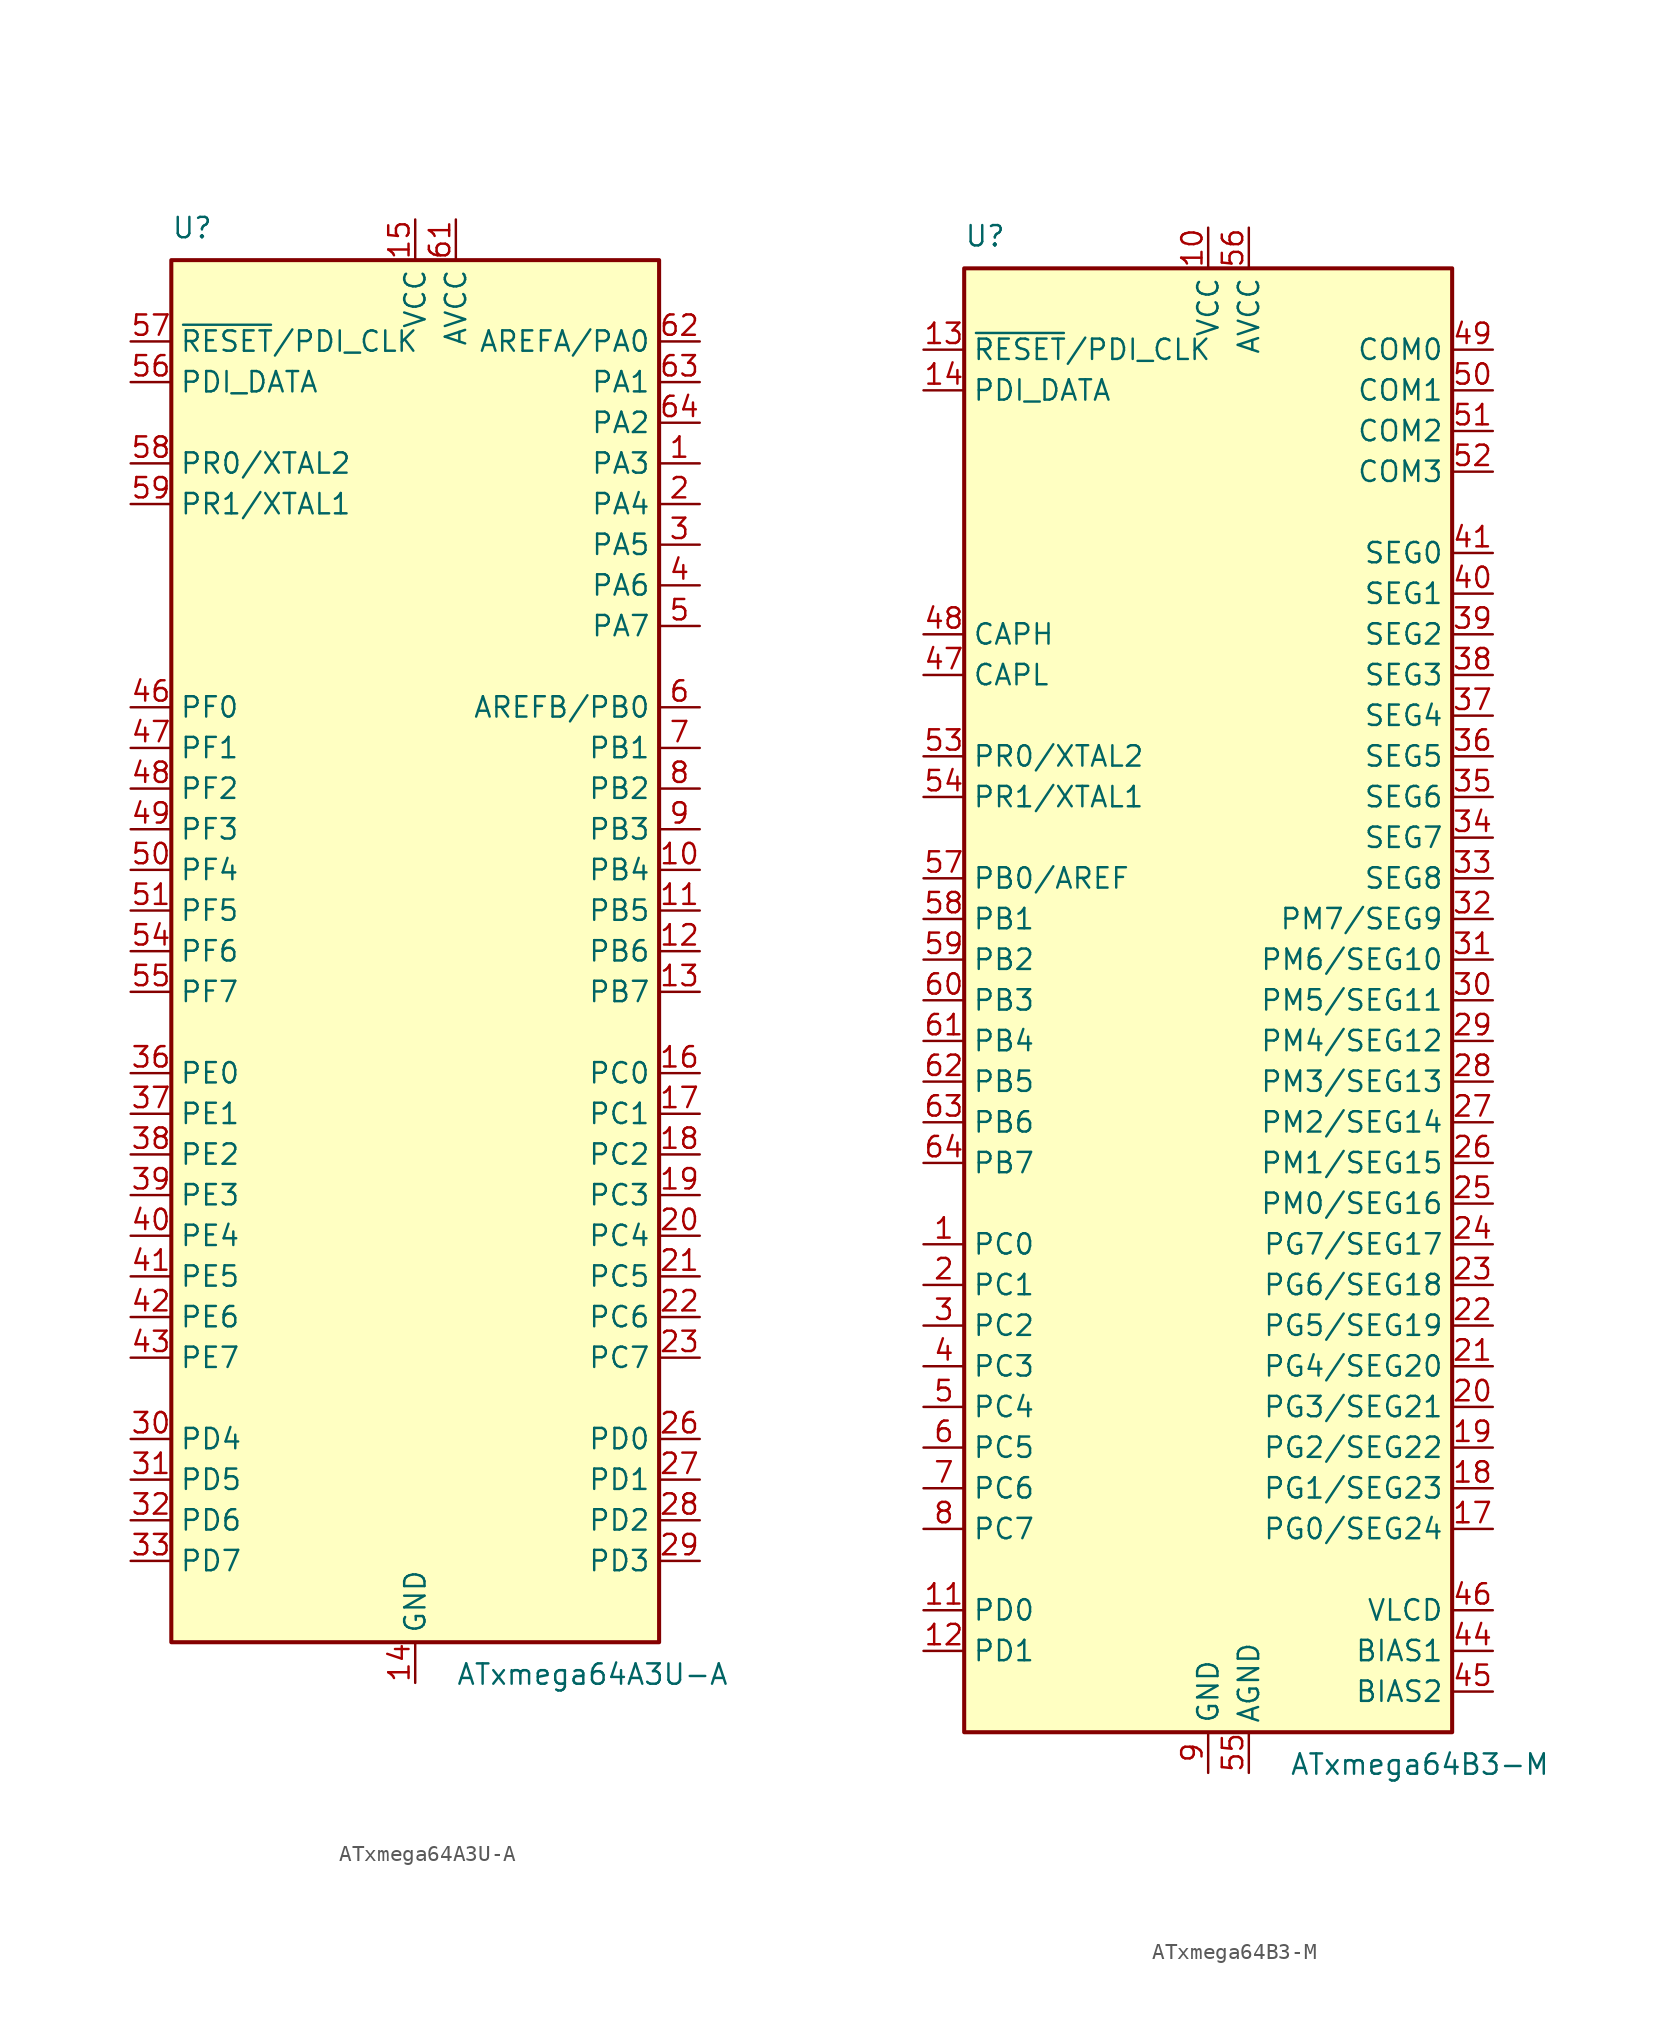
<source format=kicad_sym>
(kicad_symbol_lib
  (version 20201005)
  (generator kicad_symbol_editor)
  (symbol "ATxmega64A3U-A"
    (property "Reference" "U"
      (at -15.24 44.45 0)
      (effects (font (size 1.27 1.27)) (justify left bottom)))
    (property "Value" "ATxmega64A3U-A"
      (at 2.54 -44.45 0)
      (effects (font (size 1.27 1.27)) (justify left top)))
    (symbol "ATxmega64A3U-A_0_1"
      (rectangle (start -15.24 -43.18) (end 15.24 43.18) (stroke (width 0.254)) (fill (type background))))
    (symbol "ATxmega64A3U-A_1_1"
      (pin bidirectional line (at 17.78 30.48 180) (length 2.54) (name "PA3" (effects (font (size 1.27 1.27)))) (number "1" (effects (font (size 1.27 1.27)))))
      (pin bidirectional line (at 17.78 5.08 180) (length 2.54) (name "PB4" (effects (font (size 1.27 1.27)))) (number "10" (effects (font (size 1.27 1.27)))))
      (pin bidirectional line (at 17.78 2.54 180) (length 2.54) (name "PB5" (effects (font (size 1.27 1.27)))) (number "11" (effects (font (size 1.27 1.27)))))
      (pin bidirectional line (at 17.78 0 180) (length 2.54) (name "PB6" (effects (font (size 1.27 1.27)))) (number "12" (effects (font (size 1.27 1.27)))))
      (pin bidirectional line (at 17.78 -2.54 180) (length 2.54) (name "PB7" (effects (font (size 1.27 1.27)))) (number "13" (effects (font (size 1.27 1.27)))))
      (pin power_in line (at 0 -45.72 90) (length 2.54) (name "GND" (effects (font (size 1.27 1.27)))) (number "14" (effects (font (size 1.27 1.27)))))
      (pin power_in line (at 0 45.72 270) (length 2.54) (name "VCC" (effects (font (size 1.27 1.27)))) (number "15" (effects (font (size 1.27 1.27)))))
      (pin bidirectional line (at 17.78 -7.62 180) (length 2.54) (name "PC0" (effects (font (size 1.27 1.27)))) (number "16" (effects (font (size 1.27 1.27)))))
      (pin bidirectional line (at 17.78 -10.16 180) (length 2.54) (name "PC1" (effects (font (size 1.27 1.27)))) (number "17" (effects (font (size 1.27 1.27)))))
      (pin bidirectional line (at 17.78 -12.7 180) (length 2.54) (name "PC2" (effects (font (size 1.27 1.27)))) (number "18" (effects (font (size 1.27 1.27)))))
      (pin bidirectional line (at 17.78 -15.24 180) (length 2.54) (name "PC3" (effects (font (size 1.27 1.27)))) (number "19" (effects (font (size 1.27 1.27)))))
      (pin bidirectional line (at 17.78 27.94 180) (length 2.54) (name "PA4" (effects (font (size 1.27 1.27)))) (number "2" (effects (font (size 1.27 1.27)))))
      (pin bidirectional line (at 17.78 -17.78 180) (length 2.54) (name "PC4" (effects (font (size 1.27 1.27)))) (number "20" (effects (font (size 1.27 1.27)))))
      (pin bidirectional line (at 17.78 -20.32 180) (length 2.54) (name "PC5" (effects (font (size 1.27 1.27)))) (number "21" (effects (font (size 1.27 1.27)))))
      (pin bidirectional line (at 17.78 -22.86 180) (length 2.54) (name "PC6" (effects (font (size 1.27 1.27)))) (number "22" (effects (font (size 1.27 1.27)))))
      (pin bidirectional line (at 17.78 -25.4 180) (length 2.54) (name "PC7" (effects (font (size 1.27 1.27)))) (number "23" (effects (font (size 1.27 1.27)))))
      (pin passive line (at 0 -45.72 90) (length 2.54) hide (name "GND" (effects (font (size 1.27 1.27)))) (number "24" (effects (font (size 1.27 1.27)))))
      (pin passive line (at 0 45.72 270) (length 2.54) hide (name "VCC" (effects (font (size 1.27 1.27)))) (number "25" (effects (font (size 1.27 1.27)))))
      (pin bidirectional line (at 17.78 -30.48 180) (length 2.54) (name "PD0" (effects (font (size 1.27 1.27)))) (number "26" (effects (font (size 1.27 1.27)))))
      (pin bidirectional line (at 17.78 -33.02 180) (length 2.54) (name "PD1" (effects (font (size 1.27 1.27)))) (number "27" (effects (font (size 1.27 1.27)))))
      (pin bidirectional line (at 17.78 -35.56 180) (length 2.54) (name "PD2" (effects (font (size 1.27 1.27)))) (number "28" (effects (font (size 1.27 1.27)))))
      (pin bidirectional line (at 17.78 -38.1 180) (length 2.54) (name "PD3" (effects (font (size 1.27 1.27)))) (number "29" (effects (font (size 1.27 1.27)))))
      (pin bidirectional line (at 17.78 25.4 180) (length 2.54) (name "PA5" (effects (font (size 1.27 1.27)))) (number "3" (effects (font (size 1.27 1.27)))))
      (pin bidirectional line (at -17.78 -30.48 0) (length 2.54) (name "PD4" (effects (font (size 1.27 1.27)))) (number "30" (effects (font (size 1.27 1.27)))))
      (pin bidirectional line (at -17.78 -33.02 0) (length 2.54) (name "PD5" (effects (font (size 1.27 1.27)))) (number "31" (effects (font (size 1.27 1.27)))))
      (pin bidirectional line (at -17.78 -35.56 0) (length 2.54) (name "PD6" (effects (font (size 1.27 1.27)))) (number "32" (effects (font (size 1.27 1.27)))))
      (pin bidirectional line (at -17.78 -38.1 0) (length 2.54) (name "PD7" (effects (font (size 1.27 1.27)))) (number "33" (effects (font (size 1.27 1.27)))))
      (pin passive line (at 0 -45.72 90) (length 2.54) hide (name "GND" (effects (font (size 1.27 1.27)))) (number "34" (effects (font (size 1.27 1.27)))))
      (pin passive line (at 0 45.72 270) (length 2.54) hide (name "VCC" (effects (font (size 1.27 1.27)))) (number "35" (effects (font (size 1.27 1.27)))))
      (pin bidirectional line (at -17.78 -7.62 0) (length 2.54) (name "PE0" (effects (font (size 1.27 1.27)))) (number "36" (effects (font (size 1.27 1.27)))))
      (pin bidirectional line (at -17.78 -10.16 0) (length 2.54) (name "PE1" (effects (font (size 1.27 1.27)))) (number "37" (effects (font (size 1.27 1.27)))))
      (pin bidirectional line (at -17.78 -12.7 0) (length 2.54) (name "PE2" (effects (font (size 1.27 1.27)))) (number "38" (effects (font (size 1.27 1.27)))))
      (pin bidirectional line (at -17.78 -15.24 0) (length 2.54) (name "PE3" (effects (font (size 1.27 1.27)))) (number "39" (effects (font (size 1.27 1.27)))))
      (pin bidirectional line (at 17.78 22.86 180) (length 2.54) (name "PA6" (effects (font (size 1.27 1.27)))) (number "4" (effects (font (size 1.27 1.27)))))
      (pin bidirectional line (at -17.78 -17.78 0) (length 2.54) (name "PE4" (effects (font (size 1.27 1.27)))) (number "40" (effects (font (size 1.27 1.27)))))
      (pin bidirectional line (at -17.78 -20.32 0) (length 2.54) (name "PE5" (effects (font (size 1.27 1.27)))) (number "41" (effects (font (size 1.27 1.27)))))
      (pin bidirectional line (at -17.78 -22.86 0) (length 2.54) (name "PE6" (effects (font (size 1.27 1.27)))) (number "42" (effects (font (size 1.27 1.27)))))
      (pin bidirectional line (at -17.78 -25.4 0) (length 2.54) (name "PE7" (effects (font (size 1.27 1.27)))) (number "43" (effects (font (size 1.27 1.27)))))
      (pin passive line (at 0 -45.72 90) (length 2.54) hide (name "GND" (effects (font (size 1.27 1.27)))) (number "44" (effects (font (size 1.27 1.27)))))
      (pin passive line (at 0 45.72 270) (length 2.54) hide (name "VCC" (effects (font (size 1.27 1.27)))) (number "45" (effects (font (size 1.27 1.27)))))
      (pin bidirectional line (at -17.78 15.24 0) (length 2.54) (name "PF0" (effects (font (size 1.27 1.27)))) (number "46" (effects (font (size 1.27 1.27)))))
      (pin bidirectional line (at -17.78 12.7 0) (length 2.54) (name "PF1" (effects (font (size 1.27 1.27)))) (number "47" (effects (font (size 1.27 1.27)))))
      (pin bidirectional line (at -17.78 10.16 0) (length 2.54) (name "PF2" (effects (font (size 1.27 1.27)))) (number "48" (effects (font (size 1.27 1.27)))))
      (pin bidirectional line (at -17.78 7.62 0) (length 2.54) (name "PF3" (effects (font (size 1.27 1.27)))) (number "49" (effects (font (size 1.27 1.27)))))
      (pin bidirectional line (at 17.78 20.32 180) (length 2.54) (name "PA7" (effects (font (size 1.27 1.27)))) (number "5" (effects (font (size 1.27 1.27)))))
      (pin bidirectional line (at -17.78 5.08 0) (length 2.54) (name "PF4" (effects (font (size 1.27 1.27)))) (number "50" (effects (font (size 1.27 1.27)))))
      (pin bidirectional line (at -17.78 2.54 0) (length 2.54) (name "PF5" (effects (font (size 1.27 1.27)))) (number "51" (effects (font (size 1.27 1.27)))))
      (pin passive line (at 0 -45.72 90) (length 2.54) hide (name "GND" (effects (font (size 1.27 1.27)))) (number "52" (effects (font (size 1.27 1.27)))))
      (pin passive line (at 0 45.72 270) (length 2.54) hide (name "VCC" (effects (font (size 1.27 1.27)))) (number "53" (effects (font (size 1.27 1.27)))))
      (pin bidirectional line (at -17.78 0 0) (length 2.54) (name "PF6" (effects (font (size 1.27 1.27)))) (number "54" (effects (font (size 1.27 1.27)))))
      (pin bidirectional line (at -17.78 -2.54 0) (length 2.54) (name "PF7" (effects (font (size 1.27 1.27)))) (number "55" (effects (font (size 1.27 1.27)))))
      (pin bidirectional line (at -17.78 35.56 0) (length 2.54) (name "PDI_DATA" (effects (font (size 1.27 1.27)))) (number "56" (effects (font (size 1.27 1.27)))))
      (pin input line (at -17.78 38.1 0) (length 2.54) (name "~RESET~/PDI_CLK" (effects (font (size 1.27 1.27)))) (number "57" (effects (font (size 1.27 1.27)))))
      (pin bidirectional line (at -17.78 30.48 0) (length 2.54) (name "PR0/XTAL2" (effects (font (size 1.27 1.27)))) (number "58" (effects (font (size 1.27 1.27)))))
      (pin bidirectional line (at -17.78 27.94 0) (length 2.54) (name "PR1/XTAL1" (effects (font (size 1.27 1.27)))) (number "59" (effects (font (size 1.27 1.27)))))
      (pin bidirectional line (at 17.78 15.24 180) (length 2.54) (name "AREFB/PB0" (effects (font (size 1.27 1.27)))) (number "6" (effects (font (size 1.27 1.27)))))
      (pin passive line (at 0 -45.72 90) (length 2.54) hide (name "GND" (effects (font (size 1.27 1.27)))) (number "60" (effects (font (size 1.27 1.27)))))
      (pin power_in line (at 2.54 45.72 270) (length 2.54) (name "AVCC" (effects (font (size 1.27 1.27)))) (number "61" (effects (font (size 1.27 1.27)))))
      (pin bidirectional line (at 17.78 38.1 180) (length 2.54) (name "AREFA/PA0" (effects (font (size 1.27 1.27)))) (number "62" (effects (font (size 1.27 1.27)))))
      (pin bidirectional line (at 17.78 35.56 180) (length 2.54) (name "PA1" (effects (font (size 1.27 1.27)))) (number "63" (effects (font (size 1.27 1.27)))))
      (pin bidirectional line (at 17.78 33.02 180) (length 2.54) (name "PA2" (effects (font (size 1.27 1.27)))) (number "64" (effects (font (size 1.27 1.27)))))
      (pin bidirectional line (at 17.78 12.7 180) (length 2.54) (name "PB1" (effects (font (size 1.27 1.27)))) (number "7" (effects (font (size 1.27 1.27)))))
      (pin bidirectional line (at 17.78 10.16 180) (length 2.54) (name "PB2" (effects (font (size 1.27 1.27)))) (number "8" (effects (font (size 1.27 1.27)))))
      (pin bidirectional line (at 17.78 7.62 180) (length 2.54) (name "PB3" (effects (font (size 1.27 1.27)))) (number "9" (effects (font (size 1.27 1.27)))))))
  (symbol "ATxmega64B3-M"
    (property "Reference" "U"
      (at -15.24 46.99 0)
      (effects (font (size 1.27 1.27)) (justify left bottom)))
    (property "Value" "ATxmega64B3-M"
      (at 5.08 -46.99 0)
      (effects (font (size 1.27 1.27)) (justify left top)))
    (symbol "ATxmega64B3-M_0_1"
      (rectangle (start -15.24 -45.72) (end 15.24 45.72) (stroke (width 0.254)) (fill (type background))))
    (symbol "ATxmega64B3-M_1_1"
      (pin bidirectional line (at -17.78 -15.24 0) (length 2.54) (name "PC0" (effects (font (size 1.27 1.27)))) (number "1" (effects (font (size 1.27 1.27)))))
      (pin power_in line (at 0 48.26 270) (length 2.54) (name "VCC" (effects (font (size 1.27 1.27)))) (number "10" (effects (font (size 1.27 1.27)))))
      (pin bidirectional line (at -17.78 -38.1 0) (length 2.54) (name "PD0" (effects (font (size 1.27 1.27)))) (number "11" (effects (font (size 1.27 1.27)))))
      (pin bidirectional line (at -17.78 -40.64 0) (length 2.54) (name "PD1" (effects (font (size 1.27 1.27)))) (number "12" (effects (font (size 1.27 1.27)))))
      (pin input line (at -17.78 40.64 0) (length 2.54) (name "~RESET~/PDI_CLK" (effects (font (size 1.27 1.27)))) (number "13" (effects (font (size 1.27 1.27)))))
      (pin bidirectional line (at -17.78 38.1 0) (length 2.54) (name "PDI_DATA" (effects (font (size 1.27 1.27)))) (number "14" (effects (font (size 1.27 1.27)))))
      (pin passive line (at 0 -48.26 90) (length 2.54) hide (name "GND" (effects (font (size 1.27 1.27)))) (number "15" (effects (font (size 1.27 1.27)))))
      (pin passive line (at 0 48.26 270) (length 2.54) hide (name "VCC" (effects (font (size 1.27 1.27)))) (number "16" (effects (font (size 1.27 1.27)))))
      (pin bidirectional line (at 17.78 -33.02 180) (length 2.54) (name "PG0/SEG24" (effects (font (size 1.27 1.27)))) (number "17" (effects (font (size 1.27 1.27)))))
      (pin bidirectional line (at 17.78 -30.48 180) (length 2.54) (name "PG1/SEG23" (effects (font (size 1.27 1.27)))) (number "18" (effects (font (size 1.27 1.27)))))
      (pin bidirectional line (at 17.78 -27.94 180) (length 2.54) (name "PG2/SEG22" (effects (font (size 1.27 1.27)))) (number "19" (effects (font (size 1.27 1.27)))))
      (pin bidirectional line (at -17.78 -17.78 0) (length 2.54) (name "PC1" (effects (font (size 1.27 1.27)))) (number "2" (effects (font (size 1.27 1.27)))))
      (pin bidirectional line (at 17.78 -25.4 180) (length 2.54) (name "PG3/SEG21" (effects (font (size 1.27 1.27)))) (number "20" (effects (font (size 1.27 1.27)))))
      (pin bidirectional line (at 17.78 -22.86 180) (length 2.54) (name "PG4/SEG20" (effects (font (size 1.27 1.27)))) (number "21" (effects (font (size 1.27 1.27)))))
      (pin bidirectional line (at 17.78 -20.32 180) (length 2.54) (name "PG5/SEG19" (effects (font (size 1.27 1.27)))) (number "22" (effects (font (size 1.27 1.27)))))
      (pin bidirectional line (at 17.78 -17.78 180) (length 2.54) (name "PG6/SEG18" (effects (font (size 1.27 1.27)))) (number "23" (effects (font (size 1.27 1.27)))))
      (pin bidirectional line (at 17.78 -15.24 180) (length 2.54) (name "PG7/SEG17" (effects (font (size 1.27 1.27)))) (number "24" (effects (font (size 1.27 1.27)))))
      (pin bidirectional line (at 17.78 -12.7 180) (length 2.54) (name "PM0/SEG16" (effects (font (size 1.27 1.27)))) (number "25" (effects (font (size 1.27 1.27)))))
      (pin bidirectional line (at 17.78 -10.16 180) (length 2.54) (name "PM1/SEG15" (effects (font (size 1.27 1.27)))) (number "26" (effects (font (size 1.27 1.27)))))
      (pin bidirectional line (at 17.78 -7.62 180) (length 2.54) (name "PM2/SEG14" (effects (font (size 1.27 1.27)))) (number "27" (effects (font (size 1.27 1.27)))))
      (pin bidirectional line (at 17.78 -5.08 180) (length 2.54) (name "PM3/SEG13" (effects (font (size 1.27 1.27)))) (number "28" (effects (font (size 1.27 1.27)))))
      (pin bidirectional line (at 17.78 -2.54 180) (length 2.54) (name "PM4/SEG12" (effects (font (size 1.27 1.27)))) (number "29" (effects (font (size 1.27 1.27)))))
      (pin bidirectional line (at -17.78 -20.32 0) (length 2.54) (name "PC2" (effects (font (size 1.27 1.27)))) (number "3" (effects (font (size 1.27 1.27)))))
      (pin bidirectional line (at 17.78 0 180) (length 2.54) (name "PM5/SEG11" (effects (font (size 1.27 1.27)))) (number "30" (effects (font (size 1.27 1.27)))))
      (pin bidirectional line (at 17.78 2.54 180) (length 2.54) (name "PM6/SEG10" (effects (font (size 1.27 1.27)))) (number "31" (effects (font (size 1.27 1.27)))))
      (pin bidirectional line (at 17.78 5.08 180) (length 2.54) (name "PM7/SEG9" (effects (font (size 1.27 1.27)))) (number "32" (effects (font (size 1.27 1.27)))))
      (pin output line (at 17.78 7.62 180) (length 2.54) (name "SEG8" (effects (font (size 1.27 1.27)))) (number "33" (effects (font (size 1.27 1.27)))))
      (pin output line (at 17.78 10.16 180) (length 2.54) (name "SEG7" (effects (font (size 1.27 1.27)))) (number "34" (effects (font (size 1.27 1.27)))))
      (pin output line (at 17.78 12.7 180) (length 2.54) (name "SEG6" (effects (font (size 1.27 1.27)))) (number "35" (effects (font (size 1.27 1.27)))))
      (pin output line (at 17.78 15.24 180) (length 2.54) (name "SEG5" (effects (font (size 1.27 1.27)))) (number "36" (effects (font (size 1.27 1.27)))))
      (pin output line (at 17.78 17.78 180) (length 2.54) (name "SEG4" (effects (font (size 1.27 1.27)))) (number "37" (effects (font (size 1.27 1.27)))))
      (pin output line (at 17.78 20.32 180) (length 2.54) (name "SEG3" (effects (font (size 1.27 1.27)))) (number "38" (effects (font (size 1.27 1.27)))))
      (pin output line (at 17.78 22.86 180) (length 2.54) (name "SEG2" (effects (font (size 1.27 1.27)))) (number "39" (effects (font (size 1.27 1.27)))))
      (pin bidirectional line (at -17.78 -22.86 0) (length 2.54) (name "PC3" (effects (font (size 1.27 1.27)))) (number "4" (effects (font (size 1.27 1.27)))))
      (pin output line (at 17.78 25.4 180) (length 2.54) (name "SEG1" (effects (font (size 1.27 1.27)))) (number "40" (effects (font (size 1.27 1.27)))))
      (pin output line (at 17.78 27.94 180) (length 2.54) (name "SEG0" (effects (font (size 1.27 1.27)))) (number "41" (effects (font (size 1.27 1.27)))))
      (pin passive line (at 0 -48.26 90) (length 2.54) hide (name "GND" (effects (font (size 1.27 1.27)))) (number "42" (effects (font (size 1.27 1.27)))))
      (pin passive line (at 0 48.26 270) (length 2.54) hide (name "VCC" (effects (font (size 1.27 1.27)))) (number "43" (effects (font (size 1.27 1.27)))))
      (pin power_out line (at 17.78 -40.64 180) (length 2.54) (name "BIAS1" (effects (font (size 1.27 1.27)))) (number "44" (effects (font (size 1.27 1.27)))))
      (pin power_out line (at 17.78 -43.18 180) (length 2.54) (name "BIAS2" (effects (font (size 1.27 1.27)))) (number "45" (effects (font (size 1.27 1.27)))))
      (pin power_out line (at 17.78 -38.1 180) (length 2.54) (name "VLCD" (effects (font (size 1.27 1.27)))) (number "46" (effects (font (size 1.27 1.27)))))
      (pin passive line (at -17.78 20.32 0) (length 2.54) (name "CAPL" (effects (font (size 1.27 1.27)))) (number "47" (effects (font (size 1.27 1.27)))))
      (pin passive line (at -17.78 22.86 0) (length 2.54) (name "CAPH" (effects (font (size 1.27 1.27)))) (number "48" (effects (font (size 1.27 1.27)))))
      (pin output line (at 17.78 40.64 180) (length 2.54) (name "COM0" (effects (font (size 1.27 1.27)))) (number "49" (effects (font (size 1.27 1.27)))))
      (pin bidirectional line (at -17.78 -25.4 0) (length 2.54) (name "PC4" (effects (font (size 1.27 1.27)))) (number "5" (effects (font (size 1.27 1.27)))))
      (pin output line (at 17.78 38.1 180) (length 2.54) (name "COM1" (effects (font (size 1.27 1.27)))) (number "50" (effects (font (size 1.27 1.27)))))
      (pin output line (at 17.78 35.56 180) (length 2.54) (name "COM2" (effects (font (size 1.27 1.27)))) (number "51" (effects (font (size 1.27 1.27)))))
      (pin output line (at 17.78 33.02 180) (length 2.54) (name "COM3" (effects (font (size 1.27 1.27)))) (number "52" (effects (font (size 1.27 1.27)))))
      (pin bidirectional line (at -17.78 15.24 0) (length 2.54) (name "PR0/XTAL2" (effects (font (size 1.27 1.27)))) (number "53" (effects (font (size 1.27 1.27)))))
      (pin bidirectional line (at -17.78 12.7 0) (length 2.54) (name "PR1/XTAL1" (effects (font (size 1.27 1.27)))) (number "54" (effects (font (size 1.27 1.27)))))
      (pin power_in line (at 2.54 -48.26 90) (length 2.54) (name "AGND" (effects (font (size 1.27 1.27)))) (number "55" (effects (font (size 1.27 1.27)))))
      (pin power_in line (at 2.54 48.26 270) (length 2.54) (name "AVCC" (effects (font (size 1.27 1.27)))) (number "56" (effects (font (size 1.27 1.27)))))
      (pin bidirectional line (at -17.78 7.62 0) (length 2.54) (name "PB0/AREF" (effects (font (size 1.27 1.27)))) (number "57" (effects (font (size 1.27 1.27)))))
      (pin bidirectional line (at -17.78 5.08 0) (length 2.54) (name "PB1" (effects (font (size 1.27 1.27)))) (number "58" (effects (font (size 1.27 1.27)))))
      (pin bidirectional line (at -17.78 2.54 0) (length 2.54) (name "PB2" (effects (font (size 1.27 1.27)))) (number "59" (effects (font (size 1.27 1.27)))))
      (pin bidirectional line (at -17.78 -27.94 0) (length 2.54) (name "PC5" (effects (font (size 1.27 1.27)))) (number "6" (effects (font (size 1.27 1.27)))))
      (pin bidirectional line (at -17.78 0 0) (length 2.54) (name "PB3" (effects (font (size 1.27 1.27)))) (number "60" (effects (font (size 1.27 1.27)))))
      (pin bidirectional line (at -17.78 -2.54 0) (length 2.54) (name "PB4" (effects (font (size 1.27 1.27)))) (number "61" (effects (font (size 1.27 1.27)))))
      (pin bidirectional line (at -17.78 -5.08 0) (length 2.54) (name "PB5" (effects (font (size 1.27 1.27)))) (number "62" (effects (font (size 1.27 1.27)))))
      (pin bidirectional line (at -17.78 -7.62 0) (length 2.54) (name "PB6" (effects (font (size 1.27 1.27)))) (number "63" (effects (font (size 1.27 1.27)))))
      (pin bidirectional line (at -17.78 -10.16 0) (length 2.54) (name "PB7" (effects (font (size 1.27 1.27)))) (number "64" (effects (font (size 1.27 1.27)))))
      (pin passive line (at 0 -48.26 90) (length 2.54) hide (name "GND" (effects (font (size 1.27 1.27)))) (number "65" (effects (font (size 1.27 1.27)))))
      (pin bidirectional line (at -17.78 -30.48 0) (length 2.54) (name "PC6" (effects (font (size 1.27 1.27)))) (number "7" (effects (font (size 1.27 1.27)))))
      (pin bidirectional line (at -17.78 -33.02 0) (length 2.54) (name "PC7" (effects (font (size 1.27 1.27)))) (number "8" (effects (font (size 1.27 1.27)))))
      (pin power_in line (at 0 -48.26 90) (length 2.54) (name "GND" (effects (font (size 1.27 1.27)))) (number "9" (effects (font (size 1.27 1.27))))))))
</source>
